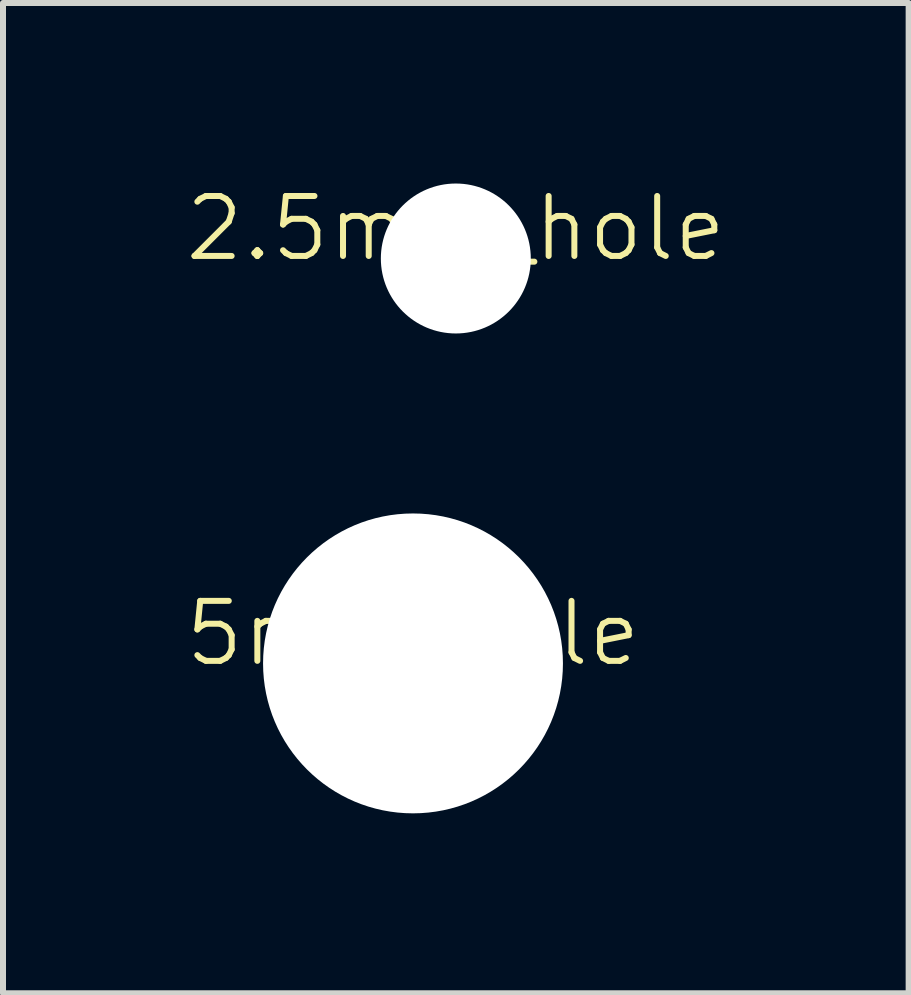
<source format=kicad_pcb>
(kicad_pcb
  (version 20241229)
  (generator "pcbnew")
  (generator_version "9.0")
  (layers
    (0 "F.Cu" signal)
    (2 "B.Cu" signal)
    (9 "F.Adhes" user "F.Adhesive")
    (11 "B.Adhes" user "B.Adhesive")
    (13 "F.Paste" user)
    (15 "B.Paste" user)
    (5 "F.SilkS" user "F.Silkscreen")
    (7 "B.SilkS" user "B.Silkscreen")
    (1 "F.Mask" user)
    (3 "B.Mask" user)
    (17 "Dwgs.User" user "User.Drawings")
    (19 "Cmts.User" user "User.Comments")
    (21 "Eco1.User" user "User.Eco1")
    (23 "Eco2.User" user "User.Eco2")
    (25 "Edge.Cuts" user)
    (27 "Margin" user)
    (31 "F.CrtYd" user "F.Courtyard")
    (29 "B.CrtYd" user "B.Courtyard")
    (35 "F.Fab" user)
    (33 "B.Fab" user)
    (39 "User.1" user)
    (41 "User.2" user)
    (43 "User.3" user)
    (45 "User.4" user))
  (footprint "5mm_hole"
    (layer "F.Cu")
    (at 3.836 8.011)
    (property "Reference" "5mm_hole" (at 0 -0.5 0) (unlocked yes) (layer "F.SilkS") (effects (font (size 1 1) (thickness 0.1))))
    (attr smd)
    (pad "" np_thru_hole circle (at 0 0) (size 5 5) (drill 5) (layers "*.Cu" "*.Mask")))
  (footprint "2.5mm_hole"
    (layer "F.Cu")
    (at 4.55 1.26)
    (property "Reference" "2.5mm_hole" (at 0 -0.5 0) (unlocked yes) (layer "F.SilkS") (effects (font (size 1 1) (thickness 0.1))))
    (attr smd)
    (pad "" np_thru_hole circle (at 0 0) (size 2.5 2.5) (drill 2.5) (layers "*.Cu" "*.Mask")))
  (gr_rect
    (start -3 -3)
    (end 12.1 13.511)
    (stroke (width 0.1) (type default))
    (fill no)
    (layer "Edge.Cuts")))
</source>
